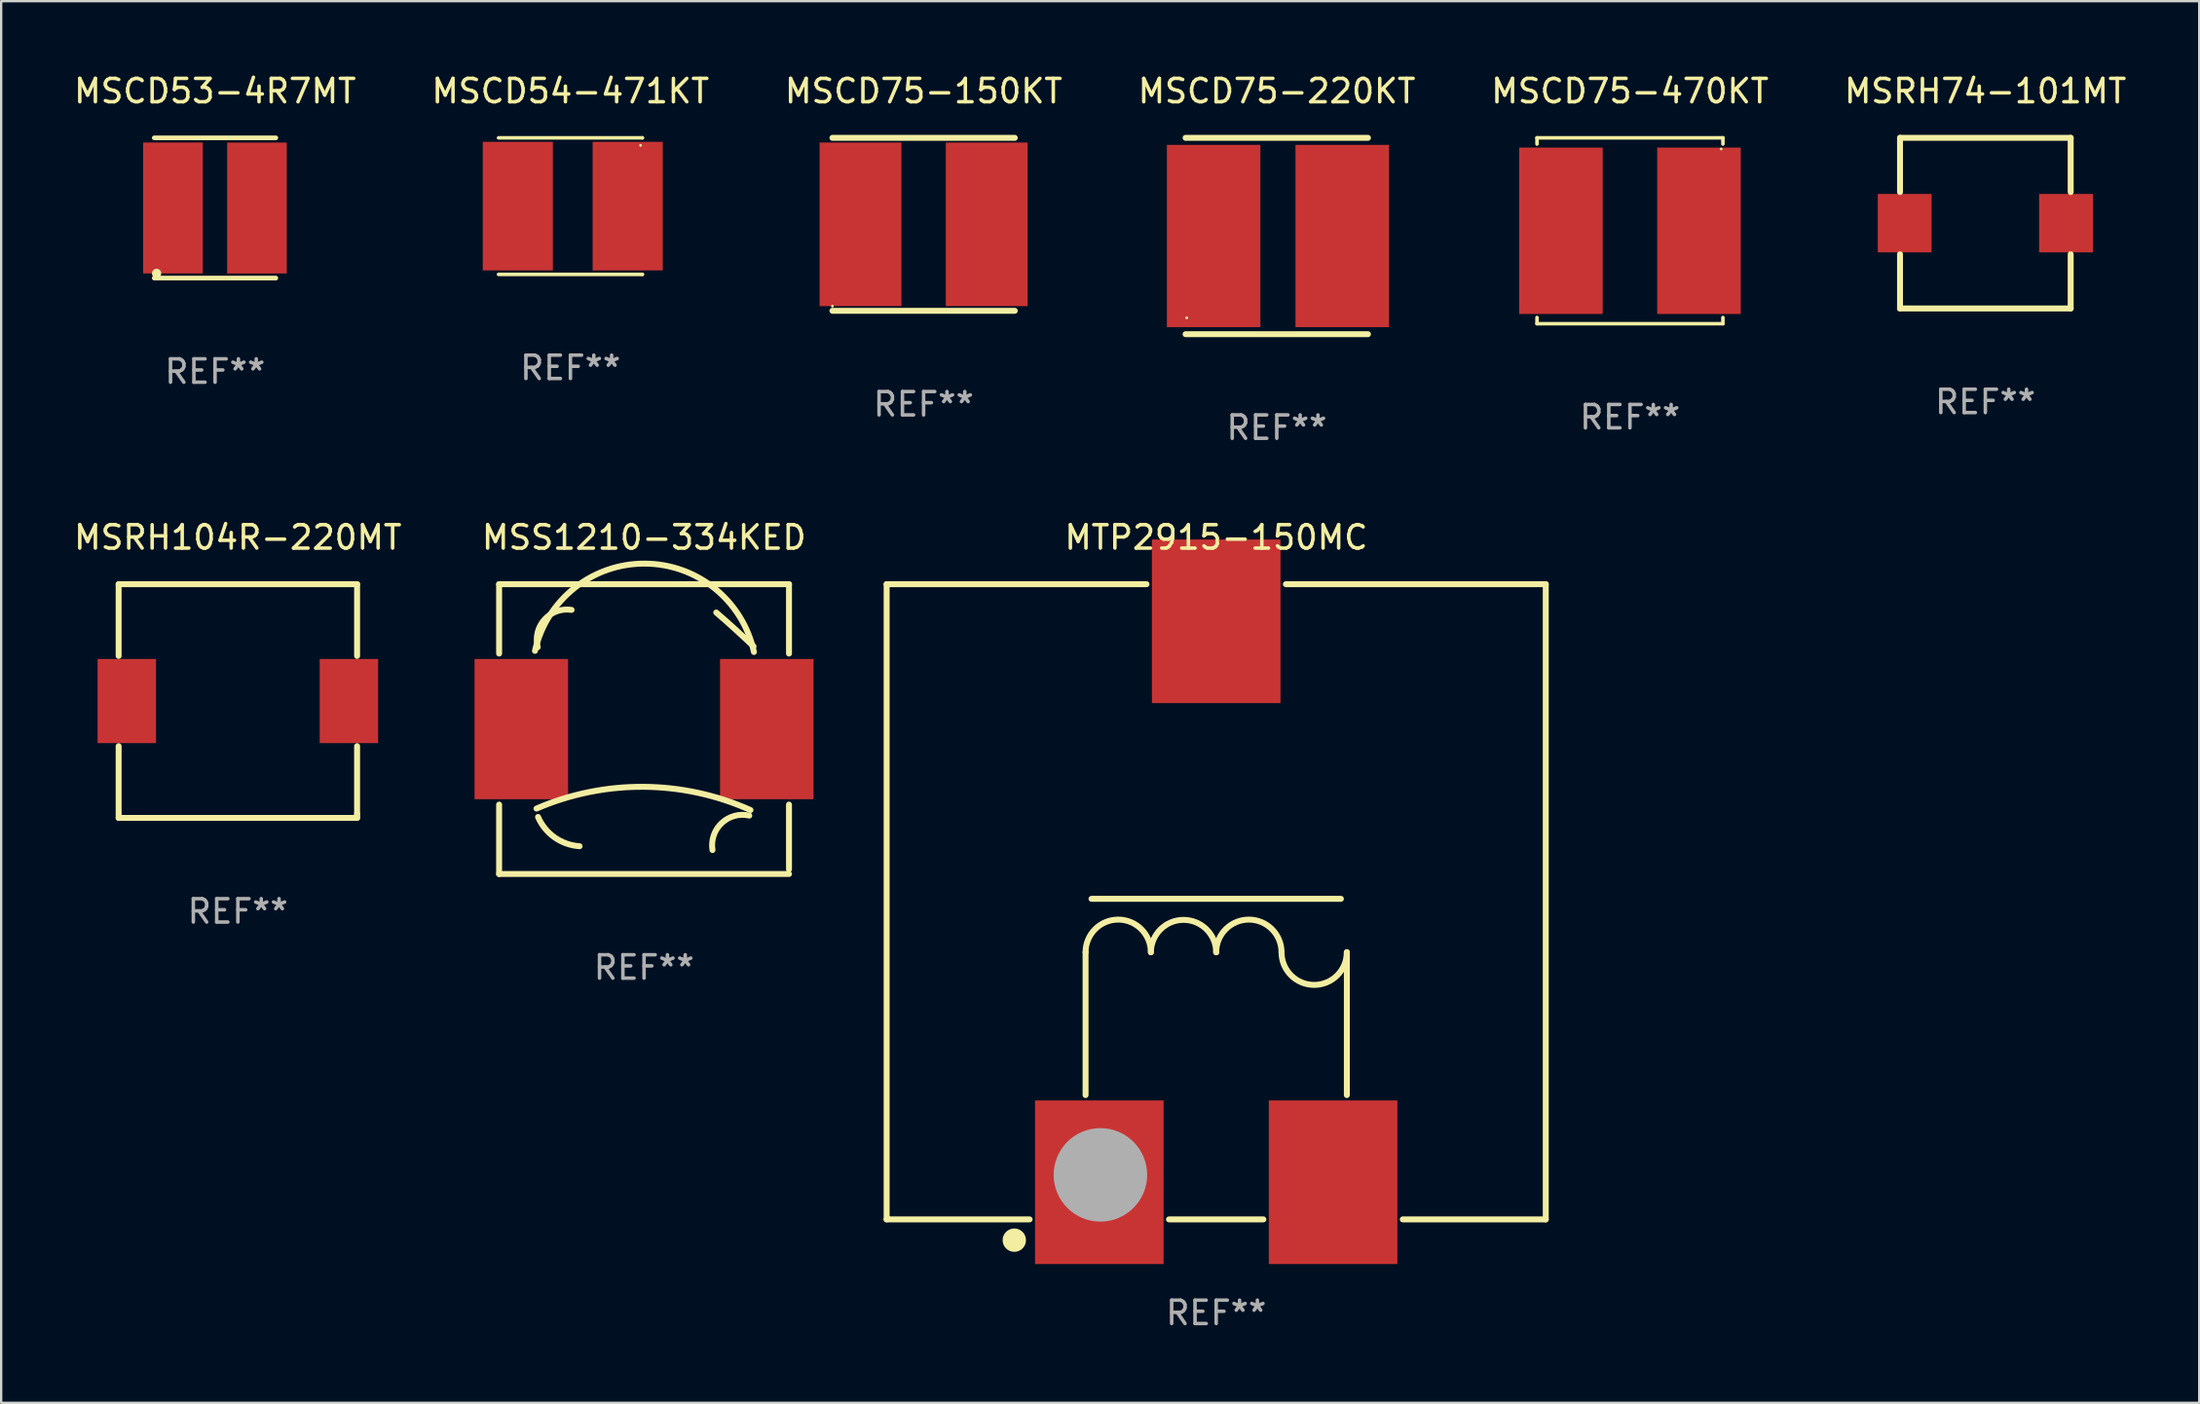
<source format=kicad_pcb>
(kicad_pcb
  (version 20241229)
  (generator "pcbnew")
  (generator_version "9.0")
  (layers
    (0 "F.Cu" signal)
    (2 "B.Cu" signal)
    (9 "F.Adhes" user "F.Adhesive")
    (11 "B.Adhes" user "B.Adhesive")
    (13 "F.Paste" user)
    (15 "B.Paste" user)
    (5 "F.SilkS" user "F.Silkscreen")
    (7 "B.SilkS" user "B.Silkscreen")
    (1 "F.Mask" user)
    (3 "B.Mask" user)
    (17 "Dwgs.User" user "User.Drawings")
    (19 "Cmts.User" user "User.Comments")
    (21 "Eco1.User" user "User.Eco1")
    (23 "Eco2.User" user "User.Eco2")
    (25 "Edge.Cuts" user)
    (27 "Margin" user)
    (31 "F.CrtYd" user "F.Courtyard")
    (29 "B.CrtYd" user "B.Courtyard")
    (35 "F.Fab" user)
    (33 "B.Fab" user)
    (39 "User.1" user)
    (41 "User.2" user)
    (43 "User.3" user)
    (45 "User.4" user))
  (footprint "MSRH104R-220MT"
    (layer "F.Cu")
    (at 7.125 26.945)
    (property "Reference" "MSRH104R-220MT" (at 0 -7 0) (layer "F.SilkS") (effects (font (size 1 1) (thickness 0.15))))
    (attr through_hole)
    (fp_line (start -5.1 -5) (end -5.1 -1.931) (stroke (width 0.254) (type solid)) (layer "F.SilkS"))
    (fp_line (start -5.1 -5) (end 5.1 -5) (stroke (width 0.254) (type solid)) (layer "F.SilkS"))
    (fp_line (start -5.1 1.931) (end -5.1 5) (stroke (width 0.254) (type solid)) (layer "F.SilkS"))
    (fp_line (start -5.1 5) (end 5.1 5) (stroke (width 0.254) (type solid)) (layer "F.SilkS"))
    (fp_line (start 5.1 -5) (end 5.1 -1.931) (stroke (width 0.254) (type solid)) (layer "F.SilkS"))
    (fp_line (start 5.1 1.931) (end 5.1 4.826) (stroke (width 0.254) (type solid)) (layer "F.SilkS"))
    (fp_line (start 5.1 4.826) (end 5.1 5) (stroke (width 0.254) (type solid)) (layer "F.SilkS"))
    (fp_circle (center -5.1 5) (end -5.07 5) (stroke (width 0.06) (type solid)) (fill no) (layer "F.SilkS"))
    (fp_text user "REF**" (at 0 9 0) (layer "F.Fab") (effects (font (size 1 1) (thickness 0.15))))
    (pad "1" smd rect (at -4.75 0) (size 2.5 3.6) (layers "F.Cu" "F.Mask" "F.Paste"))
    (pad "2" smd rect (at 4.75 0) (size 2.5 3.6) (layers "F.Cu" "F.Mask" "F.Paste")))
  (footprint "MTP2915-150MC"
    (layer "F.Cu")
    (at 48.974 35.534)
    (property "Reference" "MTP2915-150MC" (at 0 -15.589 0) (layer "F.SilkS") (effects (font (size 1 1) (thickness 0.15))))
    (attr through_hole)
    (fp_line (start -14.097 -13.589) (end -14.097 13.589) (stroke (width 0.254) (type solid)) (layer "F.SilkS"))
    (fp_line (start -14.097 13.589) (end -7.981 13.589) (stroke (width 0.254) (type solid)) (layer "F.SilkS"))
    (fp_line (start -5.588 2.159) (end -5.588 8.269) (stroke (width 0.254) (type solid)) (layer "F.SilkS"))
    (fp_line (start -5.334 -0.127) (end 5.334 -0.127) (stroke (width 0.254) (type solid)) (layer "F.SilkS"))
    (fp_line (start -2.981 -13.589) (end -14.097 -13.589) (stroke (width 0.254) (type solid)) (layer "F.SilkS"))
    (fp_line (start -2.019 13.589) (end 2.019 13.589) (stroke (width 0.254) (type solid)) (layer "F.SilkS"))
    (fp_line (start 5.588 2.159) (end 5.588 8.269) (stroke (width 0.254) (type solid)) (layer "F.SilkS"))
    (fp_line (start 7.981 13.589) (end 14.097 13.589) (stroke (width 0.254) (type solid)) (layer "F.SilkS"))
    (fp_line (start 14.097 -13.589) (end 2.981 -13.589) (stroke (width 0.254) (type solid)) (layer "F.SilkS"))
    (fp_line (start 14.097 -13.589) (end 14.097 13.589) (stroke (width 0.254) (type solid)) (layer "F.SilkS"))
    (fp_arc (start -5.588011 2.159005) (mid -4.191021 0.762027) (end -2.794031 2.159004) (stroke (width 0.254001) (type solid)) (layer "F.SilkS"))
    (fp_arc (start -2.794031 2.159005) (mid -1.397041 0.762027) (end -0.000051 2.159004) (stroke (width 0.254001) (type solid)) (layer "F.SilkS"))
    (fp_arc (start -0.000051 2.159005) (mid 1.396939 0.762027) (end 2.793929 2.159004) (stroke (width 0.254001) (type solid)) (layer "F.SilkS"))
    (fp_arc (start 5.587935 2.159055) (mid 4.190906 3.556007) (end 2.793929 2.159004) (stroke (width 0.254001) (type solid)) (layer "F.SilkS"))
    (fp_circle (center -14 13.5) (end -13.97 13.5) (stroke (width 0.06) (type solid)) (fill no) (layer "F.SilkS"))
    (fp_circle (center -8.636 14.478) (end -8.386 14.478) (stroke (width 0.5) (type solid)) (fill no) (layer "F.SilkS"))
    (fp_circle (center -4.953 11.684) (end -3.953 11.684) (stroke (width 2) (type solid)) (fill no) (layer "F.Fab"))
    (fp_text user "REF**" (at 0 17.589 0) (layer "F.Fab") (effects (font (size 1 1) (thickness 0.15))))
    (pad "1" smd rect (at -5 12) (size 5.5 7) (layers "F.Cu" "F.Mask" "F.Paste"))
    (pad "2" smd rect (at 5 12) (size 5.5 7) (layers "F.Cu" "F.Mask" "F.Paste"))
    (pad "3" smd rect (at 0 -12) (size 5.5 7) (layers "F.Cu" "F.Mask" "F.Paste")))
  (footprint "MSCD75-150KT"
    (layer "F.Cu")
    (at 36.458 6.548)
    (property "Reference" "MSCD75-150KT" (at 0 -5.7 0) (layer "F.SilkS") (effects (font (size 1 1) (thickness 0.15))))
    (attr through_hole)
    (fp_line (start -3.9 -3.7) (end 3.9 -3.7) (stroke (width 0.254) (type solid)) (layer "F.SilkS"))
    (fp_line (start -3.9 3.7) (end 3.9 3.7) (stroke (width 0.254) (type solid)) (layer "F.SilkS"))
    (fp_circle (center -3.9 3.5) (end -3.87 3.5) (stroke (width 0.06) (type solid)) (fill no) (layer "F.SilkS"))
    (fp_text user "REF**" (at 0 7.7 0) (layer "F.Fab") (effects (font (size 1 1) (thickness 0.15))))
    (pad "1" smd rect (at -2.7 0) (size 3.5 7) (layers "F.Cu" "F.Mask" "F.Paste"))
    (pad "2" smd rect (at 2.7 0) (size 3.5 7) (layers "F.Cu" "F.Mask" "F.Paste")))
  (footprint "MSRH74-101MT"
    (layer "F.Cu")
    (at 81.875 6.498)
    (property "Reference" "MSRH74-101MT" (at 0 -5.65 0) (layer "F.SilkS") (effects (font (size 1 1) (thickness 0.15))))
    (attr through_hole)
    (fp_line (start -3.65 -3.65) (end 3.65 -3.65) (stroke (width 0.254) (type solid)) (layer "F.SilkS"))
    (fp_line (start -3.65 -1.331) (end -3.65 -3.65) (stroke (width 0.254) (type solid)) (layer "F.SilkS"))
    (fp_line (start -3.65 3.65) (end -3.65 1.331) (stroke (width 0.254) (type solid)) (layer "F.SilkS"))
    (fp_line (start 3.65 -3.65) (end 3.65 -1.331) (stroke (width 0.254) (type solid)) (layer "F.SilkS"))
    (fp_line (start 3.65 1.331) (end 3.65 3.65) (stroke (width 0.254) (type solid)) (layer "F.SilkS"))
    (fp_line (start 3.65 3.65) (end -3.65 3.65) (stroke (width 0.254) (type solid)) (layer "F.SilkS"))
    (fp_circle (center -3.65 3.65) (end -3.62 3.65) (stroke (width 0.06) (type solid)) (fill no) (layer "F.SilkS"))
    (fp_text user "REF**" (at 0 7.65 0) (layer "F.Fab") (effects (font (size 1 1) (thickness 0.15))))
    (pad "1" smd rect (at -3.45 0) (size 2.3 2.5) (layers "F.Cu" "F.Mask" "F.Paste"))
    (pad "2" smd rect (at 3.45 0) (size 2.3 2.5) (layers "F.Cu" "F.Mask" "F.Paste")))
  (footprint "MSCD75-220KT"
    (layer "F.Cu")
    (at 51.565 7.048)
    (property "Reference" "MSCD75-220KT" (at 0 -6.2 0) (layer "F.SilkS") (effects (font (size 1 1) (thickness 0.15))))
    (attr through_hole)
    (fp_line (start -3.9 -4.2) (end 3.9 -4.2) (stroke (width 0.254) (type solid)) (layer "F.SilkS"))
    (fp_line (start -3.9 4.2) (end 3.9 4.2) (stroke (width 0.254) (type solid)) (layer "F.SilkS"))
    (fp_circle (center -3.85 3.5) (end -3.82 3.5) (stroke (width 0.06) (type solid)) (fill no) (layer "F.SilkS"))
    (fp_text user "REF**" (at 0 8.2 0) (layer "F.Fab") (effects (font (size 1 1) (thickness 0.15))))
    (pad "1" smd rect (at -2.7 0) (size 4 7.8) (layers "F.Cu" "F.Mask" "F.Paste"))
    (pad "2" smd rect (at 2.8 0) (size 4 7.8) (layers "F.Cu" "F.Mask" "F.Paste")))
  (footprint "MSS1210-334KED"
    (layer "F.Cu")
    (at 24.5 28.145)
    (property "Reference" "MSS1210-334KED" (at 0 -8.2 0) (layer "F.SilkS") (effects (font (size 1 1) (thickness 0.15))))
    (attr through_hole)
    (fp_line (start -6.2 -6.2) (end -6.2 -3.231) (stroke (width 0.254) (type solid)) (layer "F.SilkS"))
    (fp_line (start -6.2 -6.2) (end 6.2 -6.2) (stroke (width 0.254) (type solid)) (layer "F.SilkS"))
    (fp_line (start -6.2 3.231) (end -6.2 6.2) (stroke (width 0.254) (type solid)) (layer "F.SilkS"))
    (fp_line (start -6.2 6.2) (end 6.2 6.2) (stroke (width 0.254) (type solid)) (layer "F.SilkS"))
    (fp_line (start 6.2 -6.2) (end 6.2 -3.231) (stroke (width 0.254) (type solid)) (layer "F.SilkS"))
    (fp_line (start 6.2 3.231) (end 6.2 6) (stroke (width 0.254) (type solid)) (layer "F.SilkS"))
    (fp_arc (start -4.666268 -3.347523) (mid 0.035925 -7.080035) (end 4.7 -3.3) (stroke (width 0.254001) (type solid)) (layer "F.SilkS"))
    (fp_arc (start -4.6 3.4) (mid -0.017181 2.469621) (end 4.552248 3.463678) (stroke (width 0.254001) (type solid)) (layer "F.SilkS"))
    (fp_arc (start -4.54986 -3.504115) (mid -4.254361 -4.692196) (end -3.1 -5.099999) (stroke (width 0.254001) (type solid)) (layer "F.SilkS"))
    (fp_arc (start -2.758293 5.011176) (mid -3.822943 4.635946) (end -4.534316 3.759462) (stroke (width 0.254001) (type solid)) (layer "F.SilkS"))
    (fp_arc (start 2.927153 5.17587) (mid 3.321583 4.020185) (end 4.5 3.7) (stroke (width 0.254001) (type solid)) (layer "F.SilkS"))
    (fp_arc (start 3.08763 -4.988189) (mid 3.895745 -4.274456) (end 4.683515 -3.538329) (stroke (width 0.254001) (type solid)) (layer "F.SilkS"))
    (fp_circle (center -6.15 6.15) (end -6.12 6.15) (stroke (width 0.06) (type solid)) (fill no) (layer "F.SilkS"))
    (fp_text user "REF**" (at 0 10.2 0) (layer "F.Fab") (effects (font (size 1 1) (thickness 0.15))))
    (pad "1" smd rect (at -5.25 0) (size 4 6) (layers "F.Cu" "F.Mask" "F.Paste"))
    (pad "2" smd rect (at 5.25 0) (size 4 6) (layers "F.Cu" "F.Mask" "F.Paste")))
  (footprint "MSCD53-4R7MT"
    (layer "F.Cu")
    (at 6.149 5.848)
    (property "Reference" "MSCD53-4R7MT" (at 0 -5 0) (layer "F.SilkS") (effects (font (size 1 1) (thickness 0.15))))
    (attr through_hole)
    (fp_line (start -2.6 -3) (end 2.6 -3) (stroke (width 0.2) (type solid)) (layer "F.SilkS"))
    (fp_line (start -2.6 3) (end 2.6 3) (stroke (width 0.2) (type solid)) (layer "F.SilkS"))
    (fp_circle (center -2.5 2.8) (end -2.4 2.8) (stroke (width 0.2) (type solid)) (fill no) (layer "F.SilkS"))
    (fp_text user "REF**" (at 0 7 0) (layer "F.Fab") (effects (font (size 1 1) (thickness 0.15))))
    (pad "1" smd rect (at -1.8 0) (size 2.55 5.6) (layers "F.Cu" "F.Mask" "F.Paste"))
    (pad "2" smd rect (at 1.792 0.002) (size 2.55 5.6) (layers "F.Cu" "F.Mask" "F.Paste")))
  (footprint "MSCD54-471KT"
    (layer "F.Cu")
    (at 21.351 5.769)
    (property "Reference" "MSCD54-471KT" (at 0 -4.921 0) (layer "F.SilkS") (effects (font (size 1 1) (thickness 0.15))))
    (attr through_hole)
    (fp_line (start -3.076 2.921) (end 3.076 2.921) (stroke (width 0.152) (type solid)) (layer "F.SilkS"))
    (fp_line (start -3.076 -2.921) (end 3.076 -2.921) (stroke (width 0.152) (type solid)) (layer "F.SilkS"))
    (fp_line (start 3.076 2.921) (end 3.076 2.921) (stroke (width 0.152) (type solid)) (layer "F.SilkS"))
    (fp_line (start 3.076 -2.921) (end 3.076 -2.921) (stroke (width 0.152) (type solid)) (layer "F.SilkS"))
    (fp_circle (center 2.999 -2.6) (end 3.029 -2.6) (stroke (width 0.06) (type solid)) (fill no) (layer "F.SilkS"))
    (fp_text user "REF**" (at 0 6.921 0) (layer "F.Fab") (effects (font (size 1 1) (thickness 0.15))))
    (pad "1" smd rect (at 2.45 -0.000013) (size 3 5.5) (layers "F.Cu" "F.Mask" "F.Paste"))
    (pad "2" smd rect (at -2.251 -0.000013) (size 3 5.5) (layers "F.Cu" "F.Mask" "F.Paste")))
  (footprint "MSCD75-470KT"
    (layer "F.Cu")
    (at 66.673 6.824)
    (property "Reference" "MSCD75-470KT" (at 0 -5.976 0) (layer "F.SilkS") (effects (font (size 1 1) (thickness 0.15))))
    (attr through_hole)
    (fp_line (start -3.976 -3.976) (end 3.976 -3.976) (stroke (width 0.152) (type solid)) (layer "F.SilkS"))
    (fp_line (start -3.976 -3.712) (end -3.976 -3.976) (stroke (width 0.152) (type solid)) (layer "F.SilkS"))
    (fp_line (start -3.976 3.712) (end -3.976 3.976) (stroke (width 0.152) (type solid)) (layer "F.SilkS"))
    (fp_line (start -3.976 3.976) (end 3.976 3.976) (stroke (width 0.152) (type solid)) (layer "F.SilkS"))
    (fp_line (start 3.976 -3.976) (end 3.976 -3.712) (stroke (width 0.152) (type solid)) (layer "F.SilkS"))
    (fp_line (start 3.976 3.976) (end 3.976 3.712) (stroke (width 0.152) (type solid)) (layer "F.SilkS"))
    (fp_circle (center 3.9 -3.5) (end 3.93 -3.5) (stroke (width 0.06) (type solid)) (fill no) (layer "F.SilkS"))
    (fp_text user "REF**" (at 0 7.976 0) (layer "F.Fab") (effects (font (size 1 1) (thickness 0.15))))
    (pad "1" smd rect (at 2.953 0) (size 3.574 7.12) (layers "F.Cu" "F.Mask" "F.Paste"))
    (pad "2" smd rect (at -2.953 0) (size 3.574 7.12) (layers "F.Cu" "F.Mask" "F.Paste")))
  (gr_rect
    (start -3 -3)
    (end 91.024 56.971)
    (stroke (width 0.1) (type default))
    (fill no)
    (layer "Edge.Cuts")))
</source>
